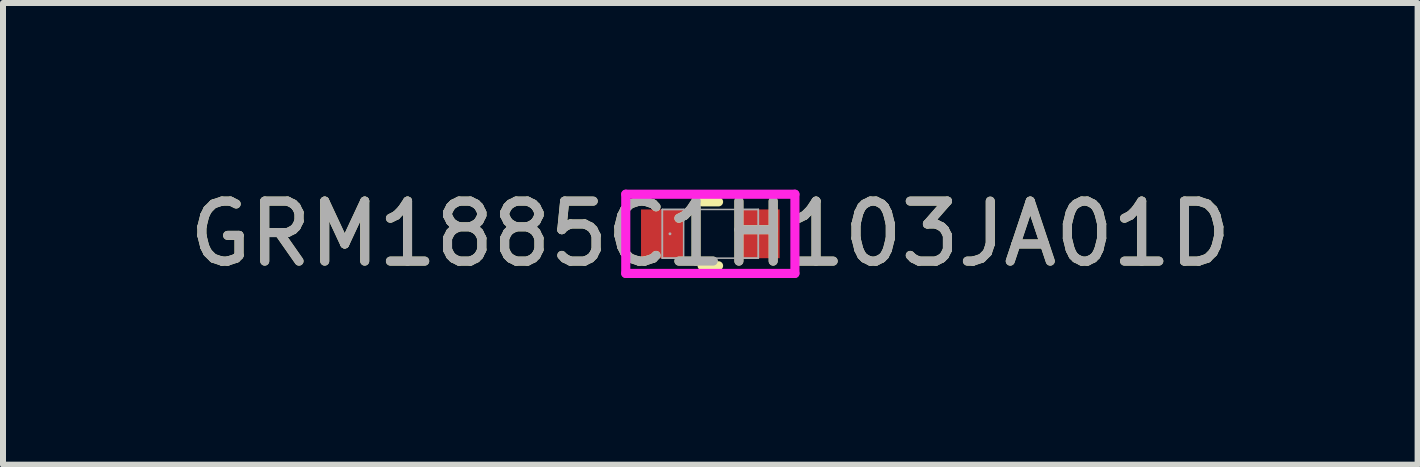
<source format=kicad_pcb>
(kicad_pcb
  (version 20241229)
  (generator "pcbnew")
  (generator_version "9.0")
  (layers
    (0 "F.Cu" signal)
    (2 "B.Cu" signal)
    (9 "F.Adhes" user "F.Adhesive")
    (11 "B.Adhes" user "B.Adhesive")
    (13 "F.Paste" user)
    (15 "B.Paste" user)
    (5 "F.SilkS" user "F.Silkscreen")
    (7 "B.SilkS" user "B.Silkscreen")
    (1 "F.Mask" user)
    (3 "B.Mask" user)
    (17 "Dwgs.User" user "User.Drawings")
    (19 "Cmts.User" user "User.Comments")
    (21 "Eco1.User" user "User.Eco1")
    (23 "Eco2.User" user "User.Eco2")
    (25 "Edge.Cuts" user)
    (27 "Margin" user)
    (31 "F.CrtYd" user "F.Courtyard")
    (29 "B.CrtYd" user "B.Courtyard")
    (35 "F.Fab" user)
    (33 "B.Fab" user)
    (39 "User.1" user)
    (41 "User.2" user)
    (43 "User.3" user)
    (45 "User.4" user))
  (footprint "GRM1885C1H103JA01D"
    (layer "F.Cu")
    (at 8.792 0.848)
    (property "Reference" "GRM1885C1H103JA01D" (at 0 0 0) (unlocked yes) (layer "F.SilkS") (effects (font (size 1 1) (thickness 0.15))))
    (attr smd)
    (fp_line (start -0.137 0.533) (end 0.137 0.533) (stroke (width 0.152) (type solid)) (layer "F.SilkS"))
    (fp_line (start 0.137 -0.533) (end -0.137 -0.533) (stroke (width 0.152) (type solid)) (layer "F.SilkS"))
    (fp_line (start -1.41 -0.66) (end 1.41 -0.66) (stroke (width 0.152) (type solid)) (layer "F.CrtYd"))
    (fp_line (start -1.41 0.66) (end -1.41 -0.66) (stroke (width 0.152) (type solid)) (layer "F.CrtYd"))
    (fp_line (start 1.41 -0.66) (end 1.41 0.66) (stroke (width 0.152) (type solid)) (layer "F.CrtYd"))
    (fp_line (start 1.41 0.66) (end -1.41 0.66) (stroke (width 0.152) (type solid)) (layer "F.CrtYd"))
    (fp_line (start -0.8 -0.406) (end -0.8 0.406) (stroke (width 0.025) (type solid)) (layer "F.Fab"))
    (fp_line (start -0.8 -0.406) (end -0.8 0.406) (stroke (width 0.025) (type solid)) (layer "F.Fab"))
    (fp_line (start -0.8 0.406) (end -0.445 0.406) (stroke (width 0.025) (type solid)) (layer "F.Fab"))
    (fp_line (start -0.8 0.406) (end 0.8 0.406) (stroke (width 0.025) (type solid)) (layer "F.Fab"))
    (fp_line (start -0.445 -0.406) (end -0.8 -0.406) (stroke (width 0.025) (type solid)) (layer "F.Fab"))
    (fp_line (start -0.445 0.406) (end -0.445 -0.406) (stroke (width 0.025) (type solid)) (layer "F.Fab"))
    (fp_line (start 0.445 -0.406) (end 0.445 0.406) (stroke (width 0.025) (type solid)) (layer "F.Fab"))
    (fp_line (start 0.445 0.406) (end 0.8 0.406) (stroke (width 0.025) (type solid)) (layer "F.Fab"))
    (fp_line (start 0.8 -0.406) (end -0.8 -0.406) (stroke (width 0.025) (type solid)) (layer "F.Fab"))
    (fp_line (start 0.8 -0.406) (end 0.445 -0.406) (stroke (width 0.025) (type solid)) (layer "F.Fab"))
    (fp_line (start 0.8 0.406) (end 0.8 -0.406) (stroke (width 0.025) (type solid)) (layer "F.Fab"))
    (fp_line (start 0.8 0.406) (end 0.8 -0.406) (stroke (width 0.025) (type solid)) (layer "F.Fab"))
    (fp_circle (center -0.673 0) (end -0.673 0) (stroke (width 0.025) (type solid)) (fill no) (layer "F.Fab"))
    (fp_text user "${REFERENCE}" (at 0 0 0) (unlocked yes) (layer "F.Fab") (effects (font (size 1 1) (thickness 0.15))))
    (pad "1" smd rect (at -0.8 0) (size 0.711 0.813) (layers "F.Cu" "F.Mask" "F.Paste"))
    (pad "2" smd rect (at 0.8 0) (size 0.711 0.813) (layers "F.Cu" "F.Mask" "F.Paste"))
    (zone (net_name "") (layer "F.Cu") (hatch full 0.508) (connect_pads) (min_thickness 0.254) (filled_areas_thickness no) (keepout (tracks not_allowed) (vias not_allowed) (pads allowed) (copperpour not_allowed) (footprints allowed)) (placement (enabled no)) (fill) (polygon (pts (xy 8.398 0.493) (xy 9.185 0.493) (xy 9.185 1.204) (xy 8.398 1.204)))))
  (gr_rect
    (start -3 -3)
    (end 20.583 4.697)
    (stroke (width 0.1) (type default))
    (fill no)
    (layer "Edge.Cuts")))
</source>
